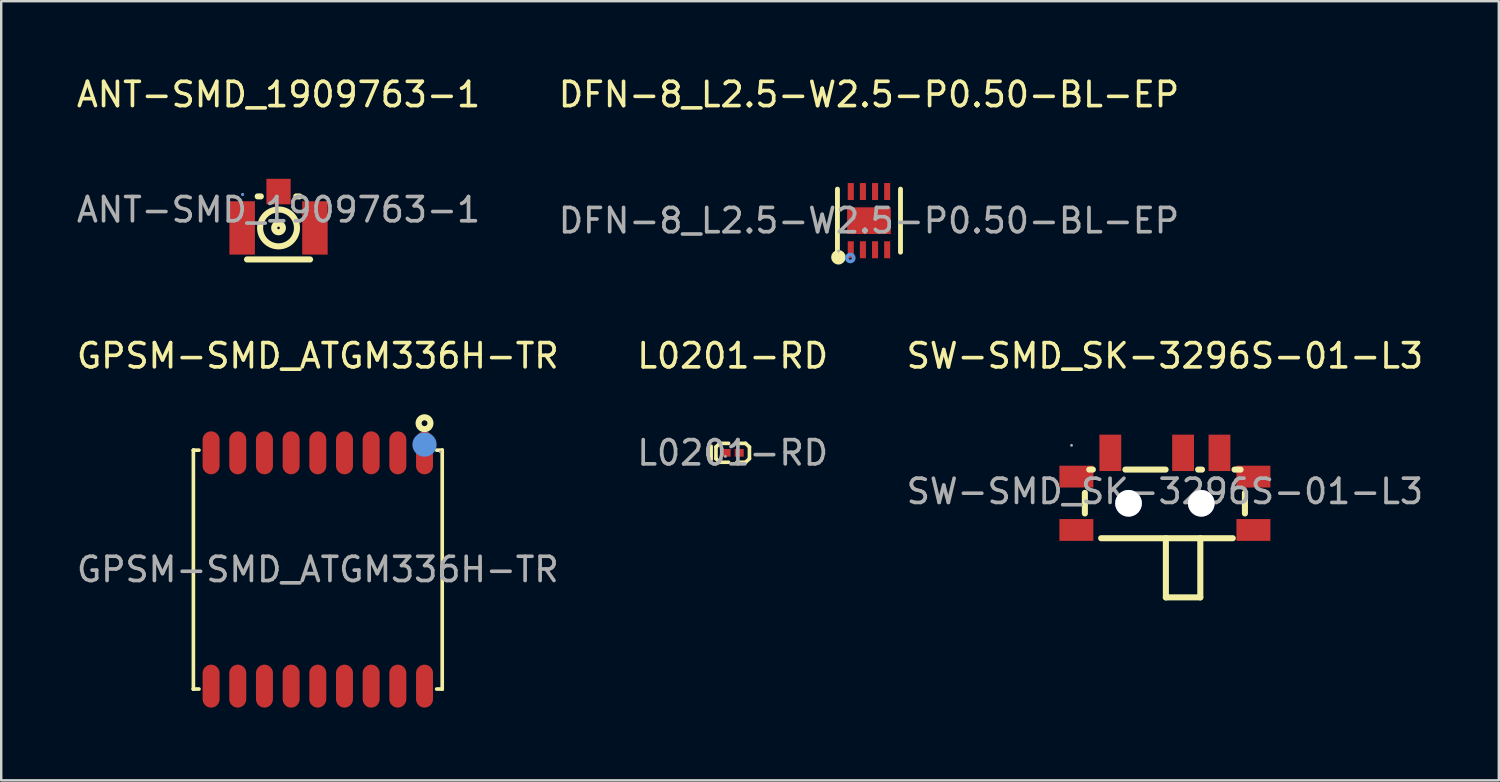
<source format=kicad_pcb>
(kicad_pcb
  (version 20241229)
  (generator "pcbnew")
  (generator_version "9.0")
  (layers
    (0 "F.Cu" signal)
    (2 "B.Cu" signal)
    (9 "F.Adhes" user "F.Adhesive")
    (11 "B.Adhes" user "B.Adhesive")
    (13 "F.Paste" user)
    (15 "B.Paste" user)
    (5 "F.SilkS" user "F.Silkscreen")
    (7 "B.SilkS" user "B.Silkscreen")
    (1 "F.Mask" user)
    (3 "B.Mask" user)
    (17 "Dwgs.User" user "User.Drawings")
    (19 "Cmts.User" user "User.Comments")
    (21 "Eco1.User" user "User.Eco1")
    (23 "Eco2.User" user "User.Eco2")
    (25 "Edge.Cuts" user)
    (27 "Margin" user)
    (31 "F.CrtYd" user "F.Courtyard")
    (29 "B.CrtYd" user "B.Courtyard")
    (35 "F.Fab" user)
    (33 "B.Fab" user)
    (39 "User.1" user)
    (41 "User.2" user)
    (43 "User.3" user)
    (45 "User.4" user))
  (footprint "SW-SMD_SK-3296S-01-L3"
    (layer "F.Cu")
    (at 44.982 17.212)
    (property "Reference" "SW-SMD_SK-3296S-01-L3" (at 0 -5.59 0) (layer "F.SilkS") (effects (font (size 1 1) (thickness 0.15))))
    (attr smd)
    (fp_line (start -3.3 0.06) (end -3.3 0.91) (stroke (width 0.25) (type solid)) (layer "F.SilkS"))
    (fp_line (start -2.97 -0.9) (end -3.12 -0.9) (stroke (width 0.25) (type solid)) (layer "F.SilkS"))
    (fp_line (start -2.63 1.93) (end 2.8 1.93) (stroke (width 0.25) (type solid)) (layer "F.SilkS"))
    (fp_line (start 0.03 -0.9) (end -1.63 -0.9) (stroke (width 0.25) (type solid)) (layer "F.SilkS"))
    (fp_line (start 0.04 1.93) (end 0.04 4.37) (stroke (width 0.25) (type solid)) (layer "F.SilkS"))
    (fp_line (start 0.04 4.37) (end 1.46 4.37) (stroke (width 0.25) (type solid)) (layer "F.SilkS"))
    (fp_line (start 1.46 4.37) (end 1.46 1.93) (stroke (width 0.25) (type solid)) (layer "F.SilkS"))
    (fp_line (start 1.53 -0.9) (end 1.37 -0.9) (stroke (width 0.25) (type solid)) (layer "F.SilkS"))
    (fp_line (start 3.12 -0.9) (end 2.87 -0.9) (stroke (width 0.25) (type solid)) (layer "F.SilkS"))
    (fp_line (start 3.3 0.91) (end 3.3 0.06) (stroke (width 0.25) (type solid)) (layer "F.SilkS"))
    (fp_circle (center -1.5 0.49) (end -1.31 0.49) (stroke (width 0.38) (type solid)) (fill no) (layer "Cmts.User"))
    (fp_circle (center 1.5 0.49) (end 1.69 0.49) (stroke (width 0.38) (type solid)) (fill no) (layer "Cmts.User"))
    (fp_circle (center -3.85 -1.9) (end -3.82 -1.9) (stroke (width 0.06) (type solid)) (fill no) (layer "F.Fab"))
    (fp_text user "${REFERENCE}" (at 0 0 0) (layer "F.Fab") (effects (font (size 1 1) (thickness 0.15))))
    (pad "" thru_hole circle (at -1.5 0.49) (size 1.1 1.1) (drill 1.1) (layers "*.Cu" "*.Mask"))
    (pad "" thru_hole circle (at 1.5 0.49) (size 1.1 1.1) (drill 1.1) (layers "*.Cu" "*.Mask"))
    (pad "1" smd rect (at -2.25 -1.59 180) (size 0.9 1.5) (layers "F.Cu" "F.Mask" "F.Paste"))
    (pad "2" smd rect (at 0.75 -1.59 180) (size 0.9 1.5) (layers "F.Cu" "F.Mask" "F.Paste"))
    (pad "3" smd rect (at 2.25 -1.59 180) (size 0.9 1.5) (layers "F.Cu" "F.Mask" "F.Paste"))
    (pad "4" smd rect (at -3.65 -0.61 180) (size 1.4 0.9) (layers "F.Cu" "F.Mask" "F.Paste"))
    (pad "4" smd rect (at -3.65 1.59 180) (size 1.4 0.9) (layers "F.Cu" "F.Mask" "F.Paste"))
    (pad "4" smd rect (at 3.65 -0.61 180) (size 1.4 0.9) (layers "F.Cu" "F.Mask" "F.Paste"))
    (pad "4" smd rect (at 3.65 1.59 180) (size 1.4 0.9) (layers "F.Cu" "F.Mask" "F.Paste")))
  (footprint "L0201-RD"
    (layer "F.Cu")
    (at 27.161 15.621)
    (property "Reference" "L0201-RD" (at 0 -4 0) (layer "F.SilkS") (effects (font (size 1 1) (thickness 0.15))))
    (attr smd)
    (fp_line (start -0.89 0.28) (end -0.89 -0.27) (stroke (width 0.15) (type solid)) (layer "F.SilkS"))
    (fp_line (start -0.69 -0.24) (end -0.53 -0.39) (stroke (width 0.15) (type solid)) (layer "F.SilkS"))
    (fp_line (start -0.69 0.24) (end -0.69 -0.24) (stroke (width 0.15) (type solid)) (layer "F.SilkS"))
    (fp_line (start -0.53 -0.39) (end -0.17 -0.39) (stroke (width 0.15) (type solid)) (layer "F.SilkS"))
    (fp_line (start -0.53 0.39) (end -0.69 0.24) (stroke (width 0.15) (type solid)) (layer "F.SilkS"))
    (fp_line (start -0.17 0.39) (end -0.53 0.39) (stroke (width 0.15) (type solid)) (layer "F.SilkS"))
    (fp_line (start 0.17 0.39) (end 0.53 0.39) (stroke (width 0.15) (type solid)) (layer "F.SilkS"))
    (fp_line (start 0.53 -0.39) (end 0.17 -0.39) (stroke (width 0.15) (type solid)) (layer "F.SilkS"))
    (fp_line (start 0.53 0.39) (end 0.69 0.24) (stroke (width 0.15) (type solid)) (layer "F.SilkS"))
    (fp_line (start 0.69 -0.24) (end 0.53 -0.39) (stroke (width 0.15) (type solid)) (layer "F.SilkS"))
    (fp_line (start 0.69 0.24) (end 0.69 -0.24) (stroke (width 0.15) (type solid)) (layer "F.SilkS"))
    (fp_circle (center -0.3 0.15) (end -0.27 0.15) (stroke (width 0.06) (type solid)) (fill no) (layer "F.Fab"))
    (fp_text user "${REFERENCE}" (at 0 0 0) (layer "F.Fab") (effects (font (size 1 1) (thickness 0.15))))
    (pad "1" smd rect (at -0.27 0) (size 0.37 0.32) (layers "F.Cu" "F.Mask" "F.Paste"))
    (pad "2" smd rect (at 0.27 0) (size 0.37 0.32) (layers "F.Cu" "F.Mask" "F.Paste")))
  (footprint "GPSM-SMD_ATGM336H-TR"
    (layer "F.Cu")
    (at 10.054 20.431)
    (property "Reference" "GPSM-SMD_ATGM336H-TR" (at 0 -8.81 0) (layer "F.SilkS") (effects (font (size 1 1) (thickness 0.15))))
    (attr smd)
    (fp_line (start -5.13 -4.92) (end -5.13 -4.92) (stroke (width 0.15) (type solid)) (layer "F.SilkS"))
    (fp_line (start -5.13 -4.92) (end -5.13 4.93) (stroke (width 0.15) (type solid)) (layer "F.SilkS"))
    (fp_line (start -5.13 4.93) (end -5.13 4.93) (stroke (width 0.15) (type solid)) (layer "F.SilkS"))
    (fp_line (start -5.13 4.93) (end -4.9 4.93) (stroke (width 0.15) (type solid)) (layer "F.SilkS"))
    (fp_line (start -4.9 -4.92) (end -5.13 -4.92) (stroke (width 0.15) (type solid)) (layer "F.SilkS"))
    (fp_line (start 4.9 -4.92) (end 5.13 -4.92) (stroke (width 0.15) (type solid)) (layer "F.SilkS"))
    (fp_line (start 5.13 -4.92) (end 5.13 -4.92) (stroke (width 0.15) (type solid)) (layer "F.SilkS"))
    (fp_line (start 5.13 -4.92) (end 5.13 4.93) (stroke (width 0.15) (type solid)) (layer "F.SilkS"))
    (fp_line (start 5.13 4.93) (end 4.9 4.93) (stroke (width 0.15) (type solid)) (layer "F.SilkS"))
    (fp_line (start 5.13 4.93) (end 5.13 4.93) (stroke (width 0.15) (type solid)) (layer "F.SilkS"))
    (fp_circle (center 4.4 -6.03) (end 4.52 -6.03) (stroke (width 0.25) (type solid)) (fill no) (layer "F.SilkS"))
    (fp_circle (center 4.4 -5.15) (end 4.65 -5.15) (stroke (width 0.5) (type solid)) (fill no) (layer "Cmts.User"))
    (fp_circle (center 5.05 -4.85) (end 5.08 -4.85) (stroke (width 0.06) (type solid)) (fill no) (layer "F.Fab"))
    (fp_text user "${REFERENCE}" (at 0 0 0) (layer "F.Fab") (effects (font (size 1 1) (thickness 0.15))))
    (pad "1" smd oval (at 4.4 -4.81 180) (size 0.7 1.77) (layers "F.Cu" "F.Mask" "F.Paste"))
    (pad "2" smd oval (at 3.3 -4.81 180) (size 0.7 1.77) (layers "F.Cu" "F.Mask" "F.Paste"))
    (pad "3" smd oval (at 2.2 -4.81 180) (size 0.7 1.77) (layers "F.Cu" "F.Mask" "F.Paste"))
    (pad "4" smd oval (at 1.1 -4.81 180) (size 0.7 1.77) (layers "F.Cu" "F.Mask" "F.Paste"))
    (pad "5" smd oval (at 0 -4.81 180) (size 0.7 1.77) (layers "F.Cu" "F.Mask" "F.Paste"))
    (pad "6" smd oval (at -1.1 -4.81 180) (size 0.7 1.77) (layers "F.Cu" "F.Mask" "F.Paste"))
    (pad "7" smd oval (at -2.2 -4.81 180) (size 0.7 1.77) (layers "F.Cu" "F.Mask" "F.Paste"))
    (pad "8" smd oval (at -3.3 -4.81 180) (size 0.7 1.77) (layers "F.Cu" "F.Mask" "F.Paste"))
    (pad "9" smd oval (at -4.4 -4.81 180) (size 0.7 1.77) (layers "F.Cu" "F.Mask" "F.Paste"))
    (pad "10" smd oval (at -4.4 4.81 180) (size 0.7 1.77) (layers "F.Cu" "F.Mask" "F.Paste"))
    (pad "11" smd oval (at -3.3 4.81 180) (size 0.7 1.77) (layers "F.Cu" "F.Mask" "F.Paste"))
    (pad "12" smd oval (at -2.2 4.81 180) (size 0.7 1.77) (layers "F.Cu" "F.Mask" "F.Paste"))
    (pad "13" smd oval (at -1.1 4.81 180) (size 0.7 1.77) (layers "F.Cu" "F.Mask" "F.Paste"))
    (pad "14" smd oval (at 0 4.81 180) (size 0.7 1.77) (layers "F.Cu" "F.Mask" "F.Paste"))
    (pad "15" smd oval (at 1.1 4.81 180) (size 0.7 1.77) (layers "F.Cu" "F.Mask" "F.Paste"))
    (pad "16" smd oval (at 2.2 4.81 180) (size 0.7 1.77) (layers "F.Cu" "F.Mask" "F.Paste"))
    (pad "17" smd oval (at 3.3 4.81 180) (size 0.7 1.77) (layers "F.Cu" "F.Mask" "F.Paste"))
    (pad "18" smd oval (at 4.4 4.81 180) (size 0.7 1.77) (layers "F.Cu" "F.Mask" "F.Paste")))
  (footprint "DFN-8_L2.5-W2.5-P0.50-BL-EP"
    (layer "F.Cu")
    (at 32.78 6.048)
    (property "Reference" "DFN-8_L2.5-W2.5-P0.50-BL-EP" (at 0 -5.2 0) (layer "F.SilkS") (effects (font (size 1 1) (thickness 0.15))))
    (attr smd)
    (fp_line (start -1.3 1.3) (end -1.3 -1.3) (stroke (width 0.2) (type solid)) (layer "F.SilkS"))
    (fp_line (start 1.3 1.3) (end 1.3 -1.3) (stroke (width 0.2) (type solid)) (layer "F.SilkS"))
    (fp_arc (start -1.26 1.51) (mid -1.26 1.51) (end -1.26 1.51) (stroke (width 0.3) (type solid)) (layer "F.SilkS"))
    (fp_circle (center -0.77 1.54) (end -0.7 1.54) (stroke (width 0.15) (type solid)) (fill no) (layer "Cmts.User"))
    (fp_circle (center -1.25 1.25) (end -1.22 1.25) (stroke (width 0.06) (type solid)) (fill no) (layer "F.Fab"))
    (fp_text user "${REFERENCE}" (at 0 0 0) (layer "F.Fab") (effects (font (size 1 1) (thickness 0.15))))
    (pad "1" smd rect (at -0.75 1.2) (size 0.25 0.7) (layers "F.Cu" "F.Mask" "F.Paste"))
    (pad "2" smd rect (at -0.25 1.2) (size 0.25 0.7) (layers "F.Cu" "F.Mask" "F.Paste"))
    (pad "3" smd rect (at 0.25 1.2) (size 0.25 0.7) (layers "F.Cu" "F.Mask" "F.Paste"))
    (pad "4" smd rect (at 0.75 1.2) (size 0.25 0.7) (layers "F.Cu" "F.Mask" "F.Paste"))
    (pad "5" smd rect (at 0.75 -1.2) (size 0.25 0.7) (layers "F.Cu" "F.Mask" "F.Paste"))
    (pad "6" smd rect (at 0.25 -1.2) (size 0.25 0.7) (layers "F.Cu" "F.Mask" "F.Paste"))
    (pad "7" smd rect (at -0.25 -1.2) (size 0.25 0.7) (layers "F.Cu" "F.Mask" "F.Paste"))
    (pad "8" smd rect (at -0.75 -1.2) (size 0.25 0.7) (layers "F.Cu" "F.Mask" "F.Paste"))
    (pad "9" smd rect (at 0 0) (size 1.8 1.1) (layers "F.Cu" "F.Mask" "F.Paste")))
  (footprint "ANT-SMD_1909763-1"
    (layer "F.Cu")
    (at 8.435 5.598)
    (property "Reference" "ANT-SMD_1909763-1" (at 0 -4.75 0) (layer "F.SilkS") (effects (font (size 1 1) (thickness 0.15))))
    (attr smd)
    (fp_line (start -0.73 -0.55) (end -0.86 -0.55) (stroke (width 0.25) (type solid)) (layer "F.SilkS"))
    (fp_line (start 0.86 -0.55) (end 0.73 -0.55) (stroke (width 0.25) (type solid)) (layer "F.SilkS"))
    (fp_line (start 1.3 2.05) (end -1.3 2.05) (stroke (width 0.25) (type solid)) (layer "F.SilkS"))
    (fp_circle (center 0 0.75) (end 0.18 0.75) (stroke (width 0.25) (type solid)) (fill no) (layer "F.SilkS"))
    (fp_circle (center 0 0.75) (end 0.76 0.75) (stroke (width 0.25) (type solid)) (fill no) (layer "F.SilkS"))
    (fp_circle (center -1.48 -0.63) (end -1.45 -0.63) (stroke (width 0.06) (type solid)) (fill no) (layer "Cmts.User"))
    (fp_circle (center -1.48 -0.63) (end -1.45 -0.63) (stroke (width 0.06) (type solid)) (fill no) (layer "F.Fab"))
    (fp_text user "${REFERENCE}" (at 0 0 0) (layer "F.Fab") (effects (font (size 1 1) (thickness 0.15))))
    (pad "1" smd rect (at 0 -0.75 180) (size 1 1.05) (layers "F.Cu" "F.Mask" "F.Paste"))
    (pad "2" smd rect (at -1.5 0.75 180) (size 1.05 2.2) (layers "F.Cu" "F.Mask" "F.Paste"))
    (pad "2" smd rect (at 1.5 0.75 180) (size 1.05 2.2) (layers "F.Cu" "F.Mask" "F.Paste")))
  (gr_rect
    (start -3 -3)
    (end 58.75 29.127)
    (stroke (width 0.1) (type default))
    (fill no)
    (layer "Edge.Cuts")))
</source>
